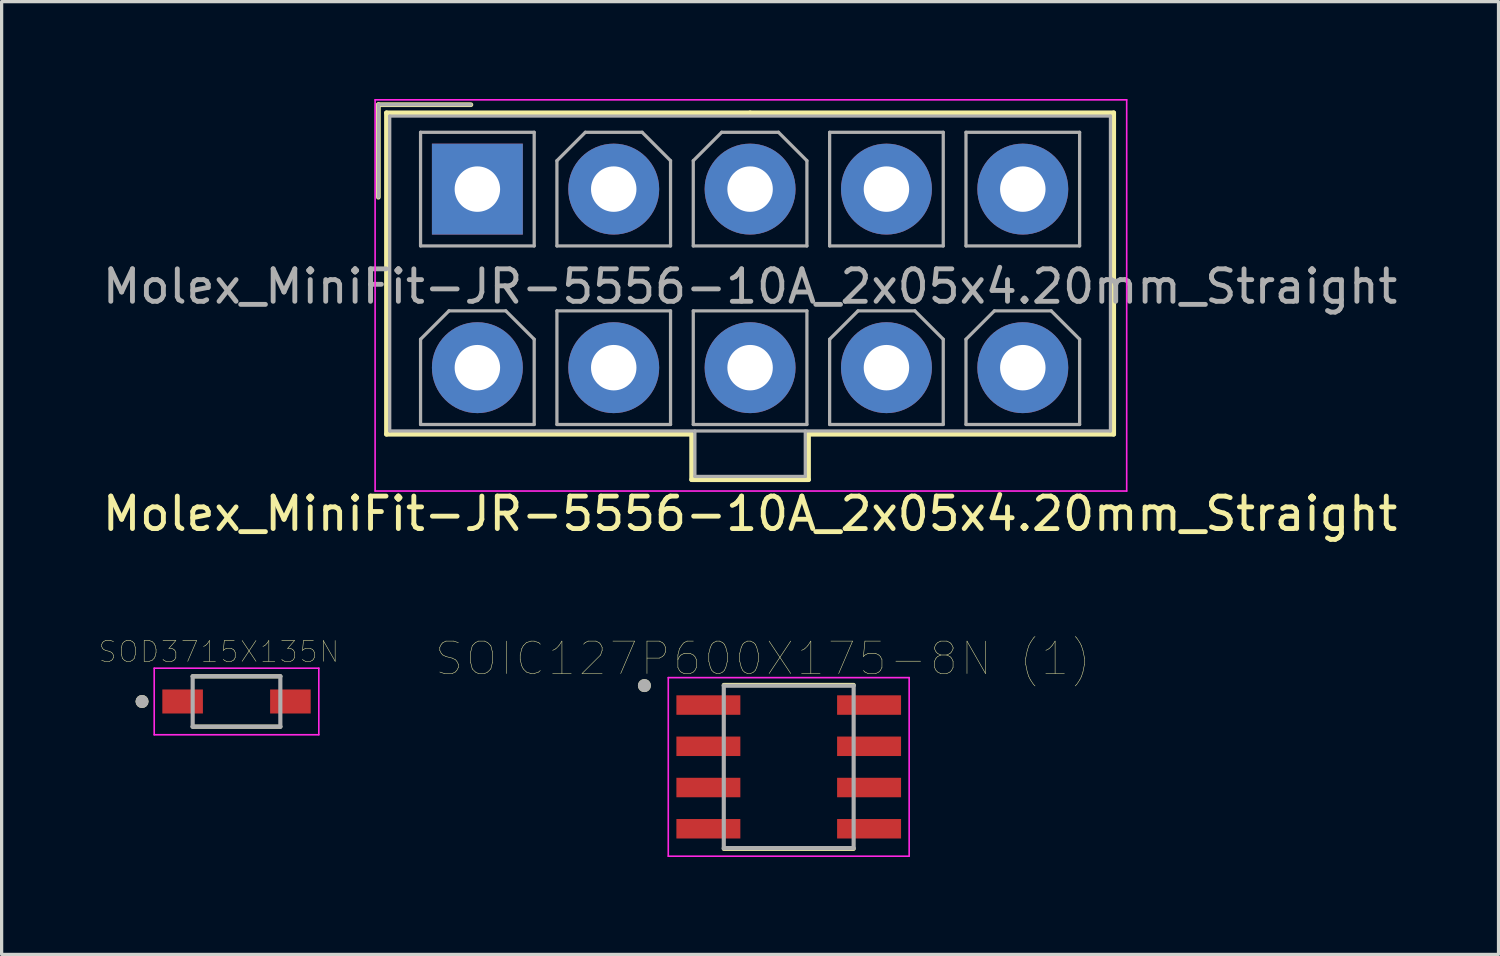
<source format=kicad_pcb>
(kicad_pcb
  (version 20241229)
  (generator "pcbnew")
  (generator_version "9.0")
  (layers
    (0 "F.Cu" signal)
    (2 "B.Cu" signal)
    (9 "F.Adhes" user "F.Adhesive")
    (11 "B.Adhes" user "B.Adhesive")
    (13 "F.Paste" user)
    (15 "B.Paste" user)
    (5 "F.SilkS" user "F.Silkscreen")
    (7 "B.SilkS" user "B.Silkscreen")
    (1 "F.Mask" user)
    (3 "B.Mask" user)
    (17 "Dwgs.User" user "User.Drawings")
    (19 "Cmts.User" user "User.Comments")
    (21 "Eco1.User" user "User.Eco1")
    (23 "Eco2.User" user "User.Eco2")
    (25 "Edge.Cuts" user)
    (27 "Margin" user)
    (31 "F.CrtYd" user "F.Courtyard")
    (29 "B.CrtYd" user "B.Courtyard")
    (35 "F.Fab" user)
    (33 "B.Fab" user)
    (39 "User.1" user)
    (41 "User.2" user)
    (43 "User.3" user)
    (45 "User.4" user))
  (footprint "SOIC127P600X175-8N (1)"
    (layer "F.Cu")
    (at 21.244 20.572)
    (property "Reference" "SOIC127P600X175-8N (1)" (at -0.795 -3.337 0) (layer "F.SilkS") (effects (font (size 1 1) (thickness 0.015))))
    (attr through_hole)
    (fp_line (start -2 -2.525) (end 2 -2.525) (stroke (width 0.127) (type solid)) (layer "F.SilkS"))
    (fp_line (start -2 2.525) (end 2 2.525) (stroke (width 0.127) (type solid)) (layer "F.SilkS"))
    (fp_circle (center -4.445 -2.505) (end -4.345 -2.505) (stroke (width 0.2) (type solid)) (fill no) (layer "F.SilkS"))
    (fp_line (start -3.71 -2.75) (end -3.71 2.75) (stroke (width 0.05) (type solid)) (layer "F.CrtYd"))
    (fp_line (start -3.71 -2.75) (end 3.71 -2.75) (stroke (width 0.05) (type solid)) (layer "F.CrtYd"))
    (fp_line (start -3.71 2.75) (end 3.71 2.75) (stroke (width 0.05) (type solid)) (layer "F.CrtYd"))
    (fp_line (start 3.71 -2.75) (end 3.71 2.75) (stroke (width 0.05) (type solid)) (layer "F.CrtYd"))
    (fp_line (start -2 -2.5) (end -2 2.5) (stroke (width 0.127) (type solid)) (layer "F.Fab"))
    (fp_line (start -2 -2.5) (end 2 -2.5) (stroke (width 0.127) (type solid)) (layer "F.Fab"))
    (fp_line (start -2 2.5) (end 2 2.5) (stroke (width 0.127) (type solid)) (layer "F.Fab"))
    (fp_line (start 2 -2.5) (end 2 2.5) (stroke (width 0.127) (type solid)) (layer "F.Fab"))
    (fp_circle (center -4.445 -2.505) (end -4.345 -2.505) (stroke (width 0.2) (type solid)) (fill no) (layer "F.Fab"))
    (pad "1" smd rect (at -2.475 -1.905) (size 1.97 0.6) (layers "F.Cu" "F.Mask" "F.Paste"))
    (pad "2" smd rect (at -2.475 -0.635) (size 1.97 0.6) (layers "F.Cu" "F.Mask" "F.Paste"))
    (pad "3" smd rect (at -2.475 0.635) (size 1.97 0.6) (layers "F.Cu" "F.Mask" "F.Paste"))
    (pad "4" smd rect (at -2.475 1.905) (size 1.97 0.6) (layers "F.Cu" "F.Mask" "F.Paste"))
    (pad "5" smd rect (at 2.475 1.905) (size 1.97 0.6) (layers "F.Cu" "F.Mask" "F.Paste"))
    (pad "6" smd rect (at 2.475 0.635) (size 1.97 0.6) (layers "F.Cu" "F.Mask" "F.Paste"))
    (pad "7" smd rect (at 2.475 -0.635) (size 1.97 0.6) (layers "F.Cu" "F.Mask" "F.Paste"))
    (pad "8" smd rect (at 2.475 -1.905) (size 1.97 0.6) (layers "F.Cu" "F.Mask" "F.Paste")))
  (footprint "Molex_MiniFit-JR-5556-10A_2x05x4.20mm_Straight"
    (layer "F.Cu")
    (at 11.654 2.775)
    (property "Reference" "Molex_MiniFit-JR-5556-10A_2x05x4.20mm_Straight" (at 8.4 10 0) (layer "F.SilkS") (effects (font (size 1 1) (thickness 0.15))))
    (attr through_hole)
    (fp_line (start -3.05 -2.6) (end -3.05 0.25) (stroke (width 0.145) (type solid)) (layer "F.SilkS"))
    (fp_line (start -2.8 -2.35) (end -2.8 7.55) (stroke (width 0.145) (type solid)) (layer "F.SilkS"))
    (fp_line (start -2.8 7.55) (end 6.6 7.55) (stroke (width 0.145) (type solid)) (layer "F.SilkS"))
    (fp_line (start -0.2 -2.6) (end -3.05 -2.6) (stroke (width 0.145) (type solid)) (layer "F.SilkS"))
    (fp_line (start 6.6 7.55) (end 6.6 8.95) (stroke (width 0.145) (type solid)) (layer "F.SilkS"))
    (fp_line (start 6.6 8.95) (end 8.4 8.95) (stroke (width 0.145) (type solid)) (layer "F.SilkS"))
    (fp_line (start 8.4 -2.35) (end -2.8 -2.35) (stroke (width 0.145) (type solid)) (layer "F.SilkS"))
    (fp_line (start 8.4 -2.35) (end 19.6 -2.35) (stroke (width 0.145) (type solid)) (layer "F.SilkS"))
    (fp_line (start 10.2 7.55) (end 10.2 8.95) (stroke (width 0.145) (type solid)) (layer "F.SilkS"))
    (fp_line (start 10.2 8.95) (end 8.4 8.95) (stroke (width 0.145) (type solid)) (layer "F.SilkS"))
    (fp_line (start 19.6 -2.35) (end 19.6 7.55) (stroke (width 0.145) (type solid)) (layer "F.SilkS"))
    (fp_line (start 19.6 7.55) (end 10.2 7.55) (stroke (width 0.145) (type solid)) (layer "F.SilkS"))
    (fp_line (start -3.15 -2.75) (end -3.15 9.3) (stroke (width 0.05) (type solid)) (layer "F.CrtYd"))
    (fp_line (start -3.15 9.3) (end 20 9.3) (stroke (width 0.05) (type solid)) (layer "F.CrtYd"))
    (fp_line (start 20 -2.75) (end -3.15 -2.75) (stroke (width 0.05) (type solid)) (layer "F.CrtYd"))
    (fp_line (start 20 9.3) (end 20 -2.75) (stroke (width 0.05) (type solid)) (layer "F.CrtYd"))
    (fp_line (start -3.05 -2.6) (end -3.05 0.25) (stroke (width 0.1) (type solid)) (layer "F.Fab"))
    (fp_line (start -2.7 -2.25) (end -2.7 7.45) (stroke (width 0.1) (type solid)) (layer "F.Fab"))
    (fp_line (start -2.7 7.45) (end 19.5 7.45) (stroke (width 0.1) (type solid)) (layer "F.Fab"))
    (fp_line (start -1.75 -1.75) (end -1.75 1.75) (stroke (width 0.1) (type solid)) (layer "F.Fab"))
    (fp_line (start -1.75 1.75) (end 1.75 1.75) (stroke (width 0.1) (type solid)) (layer "F.Fab"))
    (fp_line (start -1.75 4.625) (end -0.875 3.75) (stroke (width 0.1) (type solid)) (layer "F.Fab"))
    (fp_line (start -1.75 7.25) (end -1.75 4.625) (stroke (width 0.1) (type solid)) (layer "F.Fab"))
    (fp_line (start -0.875 3.75) (end 0.875 3.75) (stroke (width 0.1) (type solid)) (layer "F.Fab"))
    (fp_line (start -0.2 -2.6) (end -3.05 -2.6) (stroke (width 0.1) (type solid)) (layer "F.Fab"))
    (fp_line (start 0.875 3.75) (end 1.75 4.625) (stroke (width 0.1) (type solid)) (layer "F.Fab"))
    (fp_line (start 1.75 -1.75) (end -1.75 -1.75) (stroke (width 0.1) (type solid)) (layer "F.Fab"))
    (fp_line (start 1.75 1.75) (end 1.75 -1.75) (stroke (width 0.1) (type solid)) (layer "F.Fab"))
    (fp_line (start 1.75 4.625) (end 1.75 7.25) (stroke (width 0.1) (type solid)) (layer "F.Fab"))
    (fp_line (start 1.75 7.25) (end -1.75 7.25) (stroke (width 0.1) (type solid)) (layer "F.Fab"))
    (fp_line (start 2.45 -0.875) (end 3.325 -1.75) (stroke (width 0.1) (type solid)) (layer "F.Fab"))
    (fp_line (start 2.45 1.75) (end 2.45 -0.875) (stroke (width 0.1) (type solid)) (layer "F.Fab"))
    (fp_line (start 2.45 3.75) (end 2.45 7.25) (stroke (width 0.1) (type solid)) (layer "F.Fab"))
    (fp_line (start 2.45 7.25) (end 5.95 7.25) (stroke (width 0.1) (type solid)) (layer "F.Fab"))
    (fp_line (start 3.325 -1.75) (end 5.075 -1.75) (stroke (width 0.1) (type solid)) (layer "F.Fab"))
    (fp_line (start 5.075 -1.75) (end 5.95 -0.875) (stroke (width 0.1) (type solid)) (layer "F.Fab"))
    (fp_line (start 5.95 -0.875) (end 5.95 1.75) (stroke (width 0.1) (type solid)) (layer "F.Fab"))
    (fp_line (start 5.95 1.75) (end 2.45 1.75) (stroke (width 0.1) (type solid)) (layer "F.Fab"))
    (fp_line (start 5.95 3.75) (end 2.45 3.75) (stroke (width 0.1) (type solid)) (layer "F.Fab"))
    (fp_line (start 5.95 7.25) (end 5.95 3.75) (stroke (width 0.1) (type solid)) (layer "F.Fab"))
    (fp_line (start 6.65 -0.875) (end 7.525 -1.75) (stroke (width 0.1) (type solid)) (layer "F.Fab"))
    (fp_line (start 6.65 1.75) (end 6.65 -0.875) (stroke (width 0.1) (type solid)) (layer "F.Fab"))
    (fp_line (start 6.65 3.75) (end 6.65 7.25) (stroke (width 0.1) (type solid)) (layer "F.Fab"))
    (fp_line (start 6.65 7.25) (end 10.15 7.25) (stroke (width 0.1) (type solid)) (layer "F.Fab"))
    (fp_line (start 6.7 7.45) (end 6.7 8.85) (stroke (width 0.1) (type solid)) (layer "F.Fab"))
    (fp_line (start 6.7 8.85) (end 10.1 8.85) (stroke (width 0.1) (type solid)) (layer "F.Fab"))
    (fp_line (start 7.525 -1.75) (end 9.275 -1.75) (stroke (width 0.1) (type solid)) (layer "F.Fab"))
    (fp_line (start 9.275 -1.75) (end 10.15 -0.875) (stroke (width 0.1) (type solid)) (layer "F.Fab"))
    (fp_line (start 10.1 8.85) (end 10.1 7.45) (stroke (width 0.1) (type solid)) (layer "F.Fab"))
    (fp_line (start 10.15 -0.875) (end 10.15 1.75) (stroke (width 0.1) (type solid)) (layer "F.Fab"))
    (fp_line (start 10.15 1.75) (end 6.65 1.75) (stroke (width 0.1) (type solid)) (layer "F.Fab"))
    (fp_line (start 10.15 3.75) (end 6.65 3.75) (stroke (width 0.1) (type solid)) (layer "F.Fab"))
    (fp_line (start 10.15 7.25) (end 10.15 3.75) (stroke (width 0.1) (type solid)) (layer "F.Fab"))
    (fp_line (start 10.85 -1.75) (end 10.85 1.75) (stroke (width 0.1) (type solid)) (layer "F.Fab"))
    (fp_line (start 10.85 1.75) (end 14.35 1.75) (stroke (width 0.1) (type solid)) (layer "F.Fab"))
    (fp_line (start 10.85 4.625) (end 11.725 3.75) (stroke (width 0.1) (type solid)) (layer "F.Fab"))
    (fp_line (start 10.85 7.25) (end 10.85 4.625) (stroke (width 0.1) (type solid)) (layer "F.Fab"))
    (fp_line (start 11.725 3.75) (end 13.475 3.75) (stroke (width 0.1) (type solid)) (layer "F.Fab"))
    (fp_line (start 13.475 3.75) (end 14.35 4.625) (stroke (width 0.1) (type solid)) (layer "F.Fab"))
    (fp_line (start 14.35 -1.75) (end 10.85 -1.75) (stroke (width 0.1) (type solid)) (layer "F.Fab"))
    (fp_line (start 14.35 1.75) (end 14.35 -1.75) (stroke (width 0.1) (type solid)) (layer "F.Fab"))
    (fp_line (start 14.35 4.625) (end 14.35 7.25) (stroke (width 0.1) (type solid)) (layer "F.Fab"))
    (fp_line (start 14.35 7.25) (end 10.85 7.25) (stroke (width 0.1) (type solid)) (layer "F.Fab"))
    (fp_line (start 15.05 -1.75) (end 15.05 1.75) (stroke (width 0.1) (type solid)) (layer "F.Fab"))
    (fp_line (start 15.05 1.75) (end 18.55 1.75) (stroke (width 0.1) (type solid)) (layer "F.Fab"))
    (fp_line (start 15.05 4.625) (end 15.925 3.75) (stroke (width 0.1) (type solid)) (layer "F.Fab"))
    (fp_line (start 15.05 7.25) (end 15.05 4.625) (stroke (width 0.1) (type solid)) (layer "F.Fab"))
    (fp_line (start 15.925 3.75) (end 17.675 3.75) (stroke (width 0.1) (type solid)) (layer "F.Fab"))
    (fp_line (start 17.675 3.75) (end 18.55 4.625) (stroke (width 0.1) (type solid)) (layer "F.Fab"))
    (fp_line (start 18.55 -1.75) (end 15.05 -1.75) (stroke (width 0.1) (type solid)) (layer "F.Fab"))
    (fp_line (start 18.55 1.75) (end 18.55 -1.75) (stroke (width 0.1) (type solid)) (layer "F.Fab"))
    (fp_line (start 18.55 4.625) (end 18.55 7.25) (stroke (width 0.1) (type solid)) (layer "F.Fab"))
    (fp_line (start 18.55 7.25) (end 15.05 7.25) (stroke (width 0.1) (type solid)) (layer "F.Fab"))
    (fp_line (start 19.5 -2.25) (end -2.7 -2.25) (stroke (width 0.1) (type solid)) (layer "F.Fab"))
    (fp_line (start 19.5 7.45) (end 19.5 -2.25) (stroke (width 0.1) (type solid)) (layer "F.Fab"))
    (fp_text user "${REFERENCE}" (at 8.4 3 0) (layer "F.Fab") (effects (font (size 1 1) (thickness 0.15))))
    (pad "1" thru_hole rect (at 0 0) (size 2.8 2.8) (drill 1.4) (layers "*.Cu" "*.Mask"))
    (pad "2" thru_hole circle (at 4.2 0) (size 2.8 2.8) (drill 1.4) (layers "*.Cu" "*.Mask"))
    (pad "3" thru_hole circle (at 8.4 0) (size 2.8 2.8) (drill 1.4) (layers "*.Cu" "*.Mask"))
    (pad "4" thru_hole circle (at 12.6 0) (size 2.8 2.8) (drill 1.4) (layers "*.Cu" "*.Mask"))
    (pad "5" thru_hole circle (at 16.8 0) (size 2.8 2.8) (drill 1.4) (layers "*.Cu" "*.Mask"))
    (pad "6" thru_hole circle (at 0 5.5) (size 2.8 2.8) (drill 1.4) (layers "*.Cu" "*.Mask"))
    (pad "7" thru_hole circle (at 4.2 5.5) (size 2.8 2.8) (drill 1.4) (layers "*.Cu" "*.Mask"))
    (pad "8" thru_hole circle (at 8.4 5.5) (size 2.8 2.8) (drill 1.4) (layers "*.Cu" "*.Mask"))
    (pad "9" thru_hole circle (at 12.6 5.5) (size 2.8 2.8) (drill 1.4) (layers "*.Cu" "*.Mask"))
    (pad "10" thru_hole circle (at 16.8 5.5) (size 2.8 2.8) (drill 1.4) (layers "*.Cu" "*.Mask")))
  (footprint "SOD3715X135N"
    (layer "F.Cu")
    (at 4.235 18.557)
    (property "Reference" "SOD3715X135N" (at -0.543 -1.533 0) (layer "F.SilkS") (effects (font (size 0.64 0.64) (thickness 0.015))))
    (attr through_hole)
    (fp_line (start -1.35 -0.775) (end 1.35 -0.775) (stroke (width 0.127) (type solid)) (layer "F.SilkS"))
    (fp_line (start -1.35 0.775) (end 1.35 0.775) (stroke (width 0.127) (type solid)) (layer "F.SilkS"))
    (fp_circle (center -2.91 0) (end -2.81 0) (stroke (width 0.2) (type solid)) (fill no) (layer "F.SilkS"))
    (fp_line (start -2.535 -1.025) (end -2.535 1.025) (stroke (width 0.05) (type solid)) (layer "F.CrtYd"))
    (fp_line (start -2.535 -1.025) (end 2.535 -1.025) (stroke (width 0.05) (type solid)) (layer "F.CrtYd"))
    (fp_line (start -2.535 1.025) (end 2.535 1.025) (stroke (width 0.05) (type solid)) (layer "F.CrtYd"))
    (fp_line (start 2.535 -1.025) (end 2.535 1.025) (stroke (width 0.05) (type solid)) (layer "F.CrtYd"))
    (fp_line (start -1.35 -0.775) (end -1.35 0.775) (stroke (width 0.127) (type solid)) (layer "F.Fab"))
    (fp_line (start -1.35 -0.775) (end 1.35 -0.775) (stroke (width 0.127) (type solid)) (layer "F.Fab"))
    (fp_line (start -1.35 0.775) (end 1.35 0.775) (stroke (width 0.127) (type solid)) (layer "F.Fab"))
    (fp_line (start 1.35 -0.775) (end 1.35 0.775) (stroke (width 0.127) (type solid)) (layer "F.Fab"))
    (fp_circle (center -2.91 0) (end -2.81 0) (stroke (width 0.2) (type solid)) (fill no) (layer "F.Fab"))
    (pad "A" smd rect (at 1.66 0) (size 1.25 0.74) (layers "F.Cu" "F.Mask" "F.Paste"))
    (pad "C" smd rect (at -1.66 0) (size 1.25 0.74) (layers "F.Cu" "F.Mask" "F.Paste")))
  (gr_rect
    (start -3 -3)
    (end 43.107 26.347)
    (stroke (width 0.1) (type default))
    (fill no)
    (layer "Edge.Cuts")))
</source>
